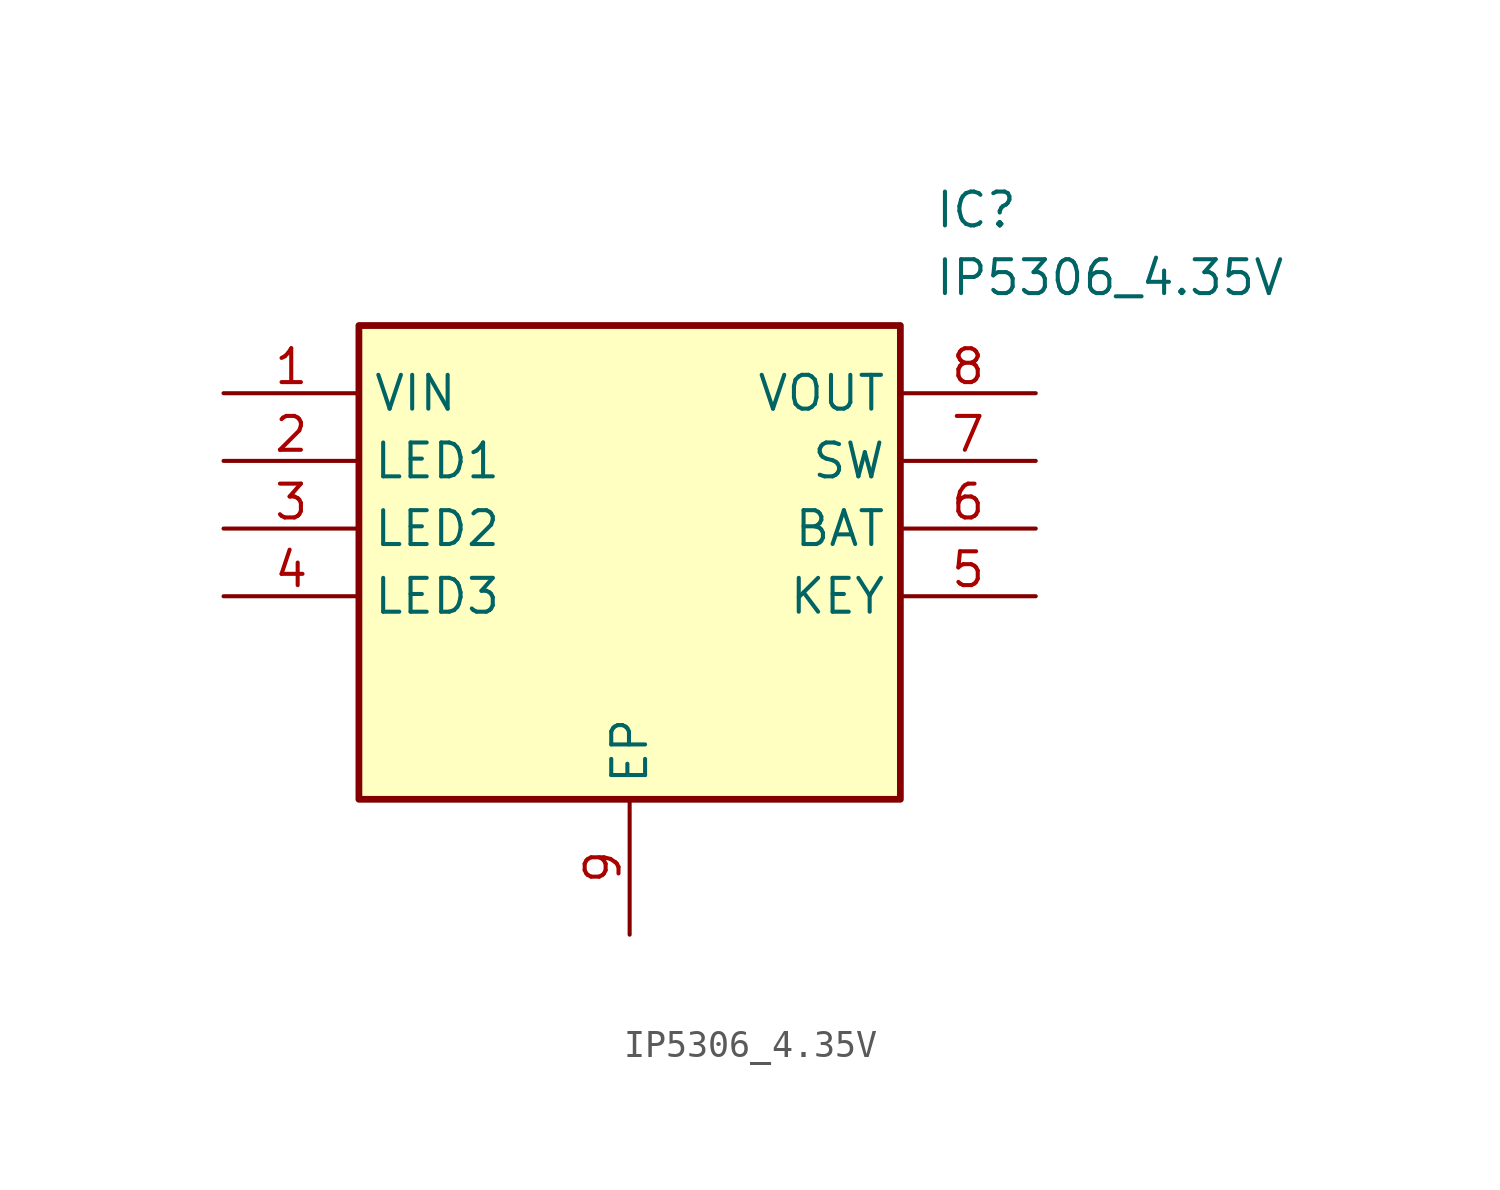
<source format=kicad_sym>
(kicad_symbol_lib
  (version 20211014)
  (generator SamacSys_ECAD_Model)
  (symbol "IP5306_4.35V"
    (property "Reference" "IC"
      (at 26.67 7.62 0)
      (effects (font (size 1.27 1.27)) (justify left top)))
    (property "Value" "IP5306_4.35V"
      (at 26.67 5.08 0)
      (effects (font (size 1.27 1.27)) (justify left top)))
    (rectangle
      (start 5.08 2.54)
      (end 25.4 -15.24)
      (stroke (width 0.254) (type default))
      (fill (type background)))
    (pin passive line
      (at 0 0 0)
      (length 5.08)
      (name "VIN" (effects (font (size 1.27 1.27))))
      (number "1" (effects (font (size 1.27 1.27)))))
    (pin passive line
      (at 0 -2.54 0)
      (length 5.08)
      (name "LED1" (effects (font (size 1.27 1.27))))
      (number "2" (effects (font (size 1.27 1.27)))))
    (pin passive line
      (at 0 -5.08 0)
      (length 5.08)
      (name "LED2" (effects (font (size 1.27 1.27))))
      (number "3" (effects (font (size 1.27 1.27)))))
    (pin passive line
      (at 0 -7.62 0)
      (length 5.08)
      (name "LED3" (effects (font (size 1.27 1.27))))
      (number "4" (effects (font (size 1.27 1.27)))))
    (pin passive line
      (at 15.24 -20.32 90)
      (length 5.08)
      (name "EP" (effects (font (size 1.27 1.27))))
      (number "9" (effects (font (size 1.27 1.27)))))
    (pin passive line
      (at 30.48 0 180)
      (length 5.08)
      (name "VOUT" (effects (font (size 1.27 1.27))))
      (number "8" (effects (font (size 1.27 1.27)))))
    (pin passive line
      (at 30.48 -2.54 180)
      (length 5.08)
      (name "SW" (effects (font (size 1.27 1.27))))
      (number "7" (effects (font (size 1.27 1.27)))))
    (pin passive line
      (at 30.48 -5.08 180)
      (length 5.08)
      (name "BAT" (effects (font (size 1.27 1.27))))
      (number "6" (effects (font (size 1.27 1.27)))))
    (pin passive line
      (at 30.48 -7.62 180)
      (length 5.08)
      (name "KEY" (effects (font (size 1.27 1.27))))
      (number "5" (effects (font (size 1.27 1.27)))))))
</source>
